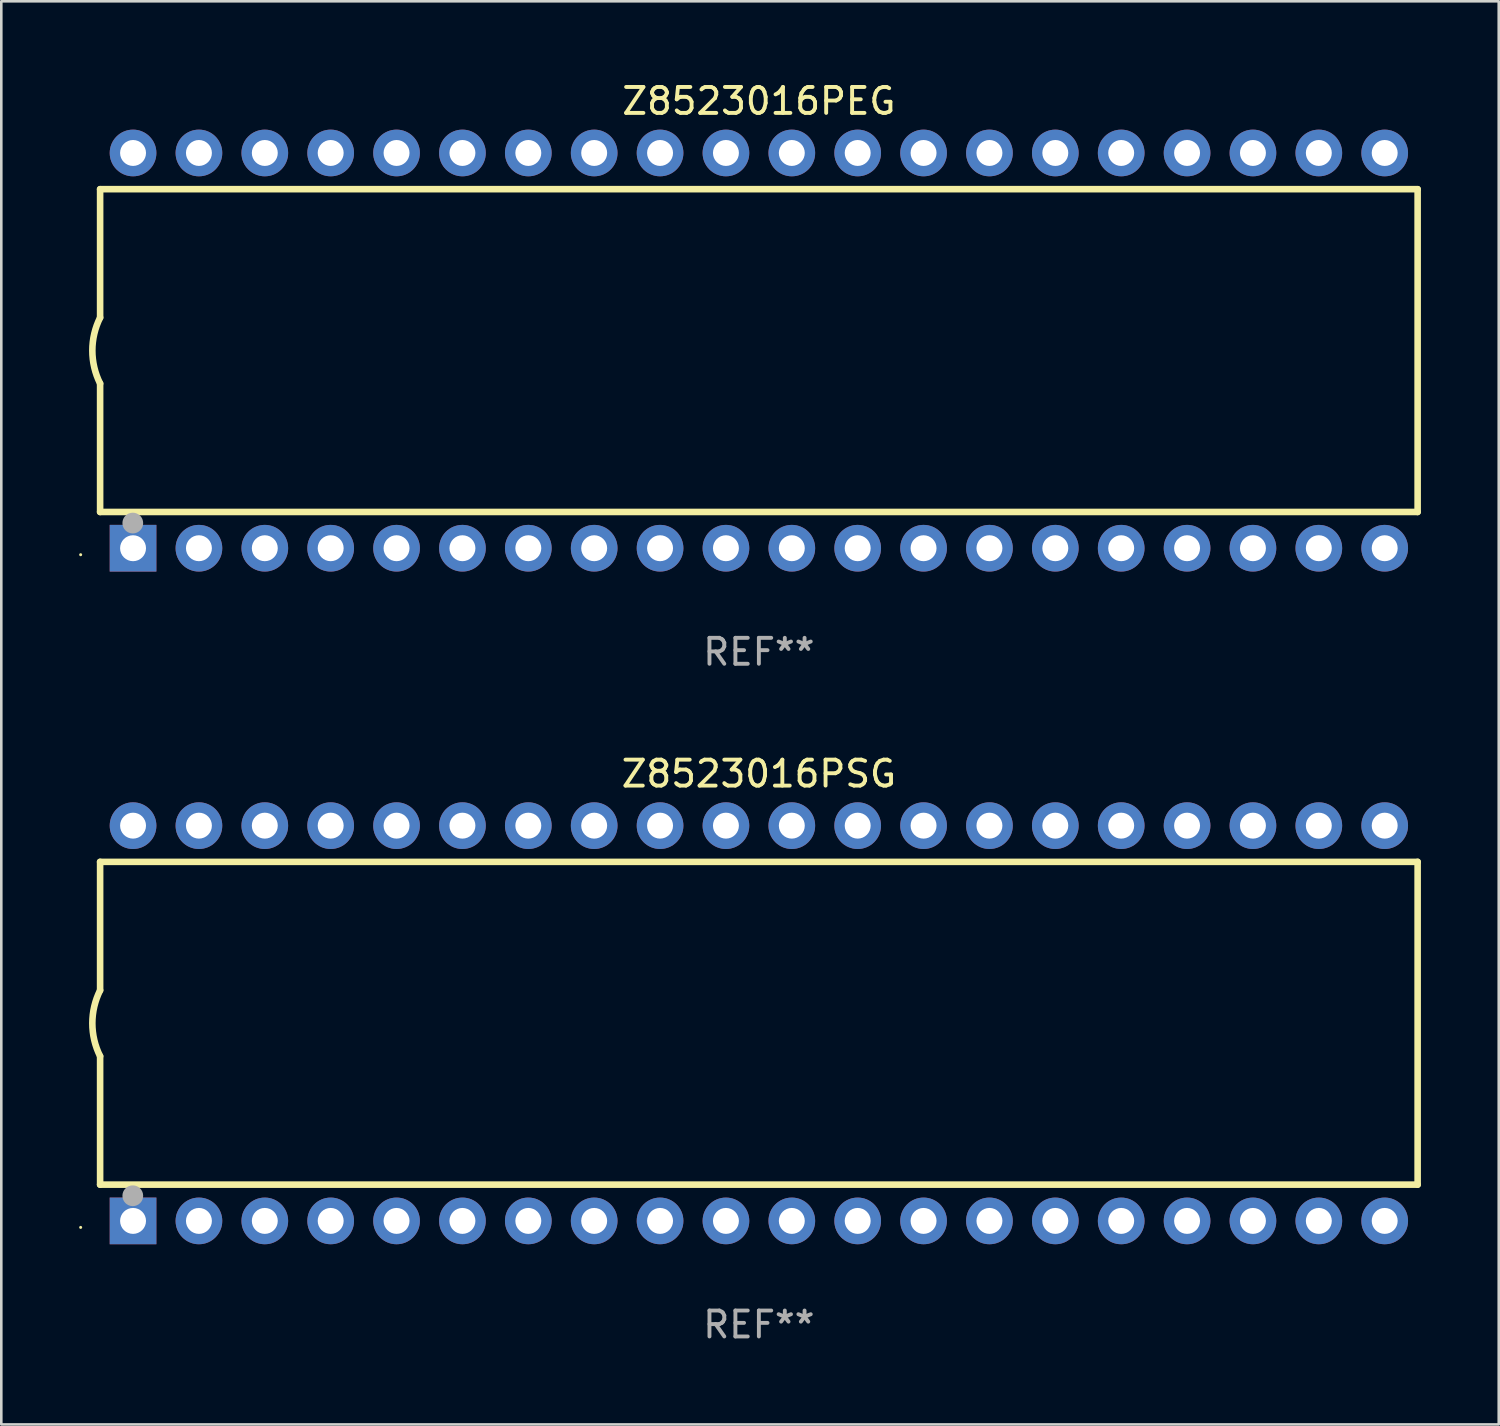
<source format=kicad_pcb>
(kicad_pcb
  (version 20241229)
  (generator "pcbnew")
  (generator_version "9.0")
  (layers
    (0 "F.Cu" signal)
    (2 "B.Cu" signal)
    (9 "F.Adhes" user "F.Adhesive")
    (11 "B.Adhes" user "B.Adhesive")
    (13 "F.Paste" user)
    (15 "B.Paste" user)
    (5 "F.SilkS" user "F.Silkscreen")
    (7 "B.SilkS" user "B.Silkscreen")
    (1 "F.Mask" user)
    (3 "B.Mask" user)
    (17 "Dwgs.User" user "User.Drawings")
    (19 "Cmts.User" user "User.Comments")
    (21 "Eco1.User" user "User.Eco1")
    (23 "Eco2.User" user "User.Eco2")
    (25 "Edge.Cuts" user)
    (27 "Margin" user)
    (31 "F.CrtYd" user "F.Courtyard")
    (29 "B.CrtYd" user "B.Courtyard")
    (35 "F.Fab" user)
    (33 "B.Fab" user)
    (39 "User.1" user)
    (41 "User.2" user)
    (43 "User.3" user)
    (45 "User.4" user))
  (footprint "Z8523016PSG"
    (layer "F.Cu")
    (at 26.21 36.405)
    (property "Reference" "Z8523016PSG" (at 0 -9.62 0) (layer "F.SilkS") (effects (font (size 1 1) (thickness 0.15))))
    (attr through_hole)
    (fp_line (start -25.4 -6.224) (end -25.4 -1.271) (stroke (width 0.254) (type solid)) (layer "F.SilkS"))
    (fp_line (start -25.4 -6.224) (end 25.4 -6.224) (stroke (width 0.254) (type solid)) (layer "F.SilkS"))
    (fp_line (start -25.4 1.269) (end -25.4 6.222) (stroke (width 0.254) (type solid)) (layer "F.SilkS"))
    (fp_line (start -25.4 6.222) (end 25.4 6.222) (stroke (width 0.254) (type solid)) (layer "F.SilkS"))
    (fp_line (start 25.4 6.222) (end 25.4 -6.224) (stroke (width 0.254) (type solid)) (layer "F.SilkS"))
    (fp_arc (start -25.4 1.269241) (mid -25.699807 -0.000762) (end -25.4 -1.270765) (stroke (width 0.254001) (type solid)) (layer "F.SilkS"))
    (fp_circle (center -26.15 7.87) (end -26.12 7.87) (stroke (width 0.06) (type solid)) (fill no) (layer "F.SilkS"))
    (fp_circle (center -24.14 6.65) (end -23.94 6.65) (stroke (width 0.4) (type solid)) (fill no) (layer "F.Fab"))
    (fp_text user "REF**" (at 0 11.62 0) (layer "F.Fab") (effects (font (size 1 1) (thickness 0.15))))
    (pad "1" thru_hole rect (at -24.13 7.62 90) (size 1.8 1.8) (drill 1) (layers "*.Cu" "*.Mask"))
    (pad "2" thru_hole circle (at -21.59 7.62) (size 1.8 1.8) (drill 1) (layers "*.Cu" "*.Mask"))
    (pad "3" thru_hole circle (at -19.05 7.62) (size 1.8 1.8) (drill 1) (layers "*.Cu" "*.Mask"))
    (pad "4" thru_hole circle (at -16.51 7.62) (size 1.8 1.8) (drill 1) (layers "*.Cu" "*.Mask"))
    (pad "5" thru_hole circle (at -13.97 7.62) (size 1.8 1.8) (drill 1) (layers "*.Cu" "*.Mask"))
    (pad "6" thru_hole circle (at -11.43 7.62) (size 1.8 1.8) (drill 1) (layers "*.Cu" "*.Mask"))
    (pad "7" thru_hole circle (at -8.89 7.62) (size 1.8 1.8) (drill 1) (layers "*.Cu" "*.Mask"))
    (pad "8" thru_hole circle (at -6.35 7.62) (size 1.8 1.8) (drill 1) (layers "*.Cu" "*.Mask"))
    (pad "9" thru_hole circle (at -3.81 7.62) (size 1.8 1.8) (drill 1) (layers "*.Cu" "*.Mask"))
    (pad "10" thru_hole circle (at -1.27 7.62) (size 1.8 1.8) (drill 1) (layers "*.Cu" "*.Mask"))
    (pad "11" thru_hole circle (at 1.27 7.62) (size 1.8 1.8) (drill 1) (layers "*.Cu" "*.Mask"))
    (pad "12" thru_hole circle (at 3.81 7.62) (size 1.8 1.8) (drill 1) (layers "*.Cu" "*.Mask"))
    (pad "13" thru_hole circle (at 6.35 7.62) (size 1.8 1.8) (drill 1) (layers "*.Cu" "*.Mask"))
    (pad "14" thru_hole circle (at 8.89 7.62) (size 1.8 1.8) (drill 1) (layers "*.Cu" "*.Mask"))
    (pad "15" thru_hole circle (at 11.43 7.62) (size 1.8 1.8) (drill 1) (layers "*.Cu" "*.Mask"))
    (pad "16" thru_hole circle (at 13.97 7.62) (size 1.8 1.8) (drill 1) (layers "*.Cu" "*.Mask"))
    (pad "17" thru_hole circle (at 16.51 7.62) (size 1.8 1.8) (drill 1) (layers "*.Cu" "*.Mask"))
    (pad "18" thru_hole circle (at 19.05 7.62) (size 1.8 1.8) (drill 1) (layers "*.Cu" "*.Mask"))
    (pad "19" thru_hole circle (at 21.59 7.62) (size 1.8 1.8) (drill 1) (layers "*.Cu" "*.Mask"))
    (pad "20" thru_hole circle (at 24.13 7.62) (size 1.8 1.8) (drill 1) (layers "*.Cu" "*.Mask"))
    (pad "21" thru_hole circle (at 24.13 -7.62) (size 1.8 1.8) (drill 1) (layers "*.Cu" "*.Mask"))
    (pad "22" thru_hole circle (at 21.59 -7.62) (size 1.8 1.8) (drill 1) (layers "*.Cu" "*.Mask"))
    (pad "23" thru_hole circle (at 19.05 -7.62) (size 1.8 1.8) (drill 1) (layers "*.Cu" "*.Mask"))
    (pad "24" thru_hole circle (at 16.51 -7.62) (size 1.8 1.8) (drill 1) (layers "*.Cu" "*.Mask"))
    (pad "25" thru_hole circle (at 13.97 -7.62) (size 1.8 1.8) (drill 1) (layers "*.Cu" "*.Mask"))
    (pad "26" thru_hole circle (at 11.43 -7.62) (size 1.8 1.8) (drill 1) (layers "*.Cu" "*.Mask"))
    (pad "27" thru_hole circle (at 8.89 -7.62) (size 1.8 1.8) (drill 1) (layers "*.Cu" "*.Mask"))
    (pad "28" thru_hole circle (at 6.35 -7.62) (size 1.8 1.8) (drill 1) (layers "*.Cu" "*.Mask"))
    (pad "29" thru_hole circle (at 3.81 -7.62) (size 1.8 1.8) (drill 1) (layers "*.Cu" "*.Mask"))
    (pad "30" thru_hole circle (at 1.27 -7.62) (size 1.8 1.8) (drill 1) (layers "*.Cu" "*.Mask"))
    (pad "31" thru_hole circle (at -1.27 -7.62) (size 1.8 1.8) (drill 1) (layers "*.Cu" "*.Mask"))
    (pad "32" thru_hole circle (at -3.81 -7.62) (size 1.8 1.8) (drill 1) (layers "*.Cu" "*.Mask"))
    (pad "33" thru_hole circle (at -6.35 -7.62) (size 1.8 1.8) (drill 1) (layers "*.Cu" "*.Mask"))
    (pad "34" thru_hole circle (at -8.89 -7.62) (size 1.8 1.8) (drill 1) (layers "*.Cu" "*.Mask"))
    (pad "35" thru_hole circle (at -11.43 -7.62) (size 1.8 1.8) (drill 1) (layers "*.Cu" "*.Mask"))
    (pad "36" thru_hole circle (at -13.97 -7.62) (size 1.8 1.8) (drill 1) (layers "*.Cu" "*.Mask"))
    (pad "37" thru_hole circle (at -16.51 -7.62) (size 1.8 1.8) (drill 1) (layers "*.Cu" "*.Mask"))
    (pad "38" thru_hole circle (at -19.05 -7.62) (size 1.8 1.8) (drill 1) (layers "*.Cu" "*.Mask"))
    (pad "39" thru_hole circle (at -21.59 -7.62) (size 1.8 1.8) (drill 1) (layers "*.Cu" "*.Mask"))
    (pad "40" thru_hole circle (at -24.13 -7.62) (size 1.8 1.8) (drill 1) (layers "*.Cu" "*.Mask")))
  (footprint "Z8523016PEG"
    (layer "F.Cu")
    (at 26.21 10.468)
    (property "Reference" "Z8523016PEG" (at 0 -9.62 0) (layer "F.SilkS") (effects (font (size 1 1) (thickness 0.15))))
    (attr through_hole)
    (fp_line (start -25.4 -6.224) (end -25.4 -1.271) (stroke (width 0.254) (type solid)) (layer "F.SilkS"))
    (fp_line (start -25.4 -6.224) (end 25.4 -6.224) (stroke (width 0.254) (type solid)) (layer "F.SilkS"))
    (fp_line (start -25.4 1.269) (end -25.4 6.222) (stroke (width 0.254) (type solid)) (layer "F.SilkS"))
    (fp_line (start -25.4 6.222) (end 25.4 6.222) (stroke (width 0.254) (type solid)) (layer "F.SilkS"))
    (fp_line (start 25.4 6.222) (end 25.4 -6.224) (stroke (width 0.254) (type solid)) (layer "F.SilkS"))
    (fp_arc (start -25.4 1.269241) (mid -25.699807 -0.000762) (end -25.4 -1.270765) (stroke (width 0.254001) (type solid)) (layer "F.SilkS"))
    (fp_circle (center -26.15 7.87) (end -26.12 7.87) (stroke (width 0.06) (type solid)) (fill no) (layer "F.SilkS"))
    (fp_circle (center -24.14 6.65) (end -23.94 6.65) (stroke (width 0.4) (type solid)) (fill no) (layer "F.Fab"))
    (fp_text user "REF**" (at 0 11.62 0) (layer "F.Fab") (effects (font (size 1 1) (thickness 0.15))))
    (pad "1" thru_hole rect (at -24.13 7.62 90) (size 1.8 1.8) (drill 1) (layers "*.Cu" "*.Mask"))
    (pad "2" thru_hole circle (at -21.59 7.62) (size 1.8 1.8) (drill 1) (layers "*.Cu" "*.Mask"))
    (pad "3" thru_hole circle (at -19.05 7.62) (size 1.8 1.8) (drill 1) (layers "*.Cu" "*.Mask"))
    (pad "4" thru_hole circle (at -16.51 7.62) (size 1.8 1.8) (drill 1) (layers "*.Cu" "*.Mask"))
    (pad "5" thru_hole circle (at -13.97 7.62) (size 1.8 1.8) (drill 1) (layers "*.Cu" "*.Mask"))
    (pad "6" thru_hole circle (at -11.43 7.62) (size 1.8 1.8) (drill 1) (layers "*.Cu" "*.Mask"))
    (pad "7" thru_hole circle (at -8.89 7.62) (size 1.8 1.8) (drill 1) (layers "*.Cu" "*.Mask"))
    (pad "8" thru_hole circle (at -6.35 7.62) (size 1.8 1.8) (drill 1) (layers "*.Cu" "*.Mask"))
    (pad "9" thru_hole circle (at -3.81 7.62) (size 1.8 1.8) (drill 1) (layers "*.Cu" "*.Mask"))
    (pad "10" thru_hole circle (at -1.27 7.62) (size 1.8 1.8) (drill 1) (layers "*.Cu" "*.Mask"))
    (pad "11" thru_hole circle (at 1.27 7.62) (size 1.8 1.8) (drill 1) (layers "*.Cu" "*.Mask"))
    (pad "12" thru_hole circle (at 3.81 7.62) (size 1.8 1.8) (drill 1) (layers "*.Cu" "*.Mask"))
    (pad "13" thru_hole circle (at 6.35 7.62) (size 1.8 1.8) (drill 1) (layers "*.Cu" "*.Mask"))
    (pad "14" thru_hole circle (at 8.89 7.62) (size 1.8 1.8) (drill 1) (layers "*.Cu" "*.Mask"))
    (pad "15" thru_hole circle (at 11.43 7.62) (size 1.8 1.8) (drill 1) (layers "*.Cu" "*.Mask"))
    (pad "16" thru_hole circle (at 13.97 7.62) (size 1.8 1.8) (drill 1) (layers "*.Cu" "*.Mask"))
    (pad "17" thru_hole circle (at 16.51 7.62) (size 1.8 1.8) (drill 1) (layers "*.Cu" "*.Mask"))
    (pad "18" thru_hole circle (at 19.05 7.62) (size 1.8 1.8) (drill 1) (layers "*.Cu" "*.Mask"))
    (pad "19" thru_hole circle (at 21.59 7.62) (size 1.8 1.8) (drill 1) (layers "*.Cu" "*.Mask"))
    (pad "20" thru_hole circle (at 24.13 7.62) (size 1.8 1.8) (drill 1) (layers "*.Cu" "*.Mask"))
    (pad "21" thru_hole circle (at 24.13 -7.62) (size 1.8 1.8) (drill 1) (layers "*.Cu" "*.Mask"))
    (pad "22" thru_hole circle (at 21.59 -7.62) (size 1.8 1.8) (drill 1) (layers "*.Cu" "*.Mask"))
    (pad "23" thru_hole circle (at 19.05 -7.62) (size 1.8 1.8) (drill 1) (layers "*.Cu" "*.Mask"))
    (pad "24" thru_hole circle (at 16.51 -7.62) (size 1.8 1.8) (drill 1) (layers "*.Cu" "*.Mask"))
    (pad "25" thru_hole circle (at 13.97 -7.62) (size 1.8 1.8) (drill 1) (layers "*.Cu" "*.Mask"))
    (pad "26" thru_hole circle (at 11.43 -7.62) (size 1.8 1.8) (drill 1) (layers "*.Cu" "*.Mask"))
    (pad "27" thru_hole circle (at 8.89 -7.62) (size 1.8 1.8) (drill 1) (layers "*.Cu" "*.Mask"))
    (pad "28" thru_hole circle (at 6.35 -7.62) (size 1.8 1.8) (drill 1) (layers "*.Cu" "*.Mask"))
    (pad "29" thru_hole circle (at 3.81 -7.62) (size 1.8 1.8) (drill 1) (layers "*.Cu" "*.Mask"))
    (pad "30" thru_hole circle (at 1.27 -7.62) (size 1.8 1.8) (drill 1) (layers "*.Cu" "*.Mask"))
    (pad "31" thru_hole circle (at -1.27 -7.62) (size 1.8 1.8) (drill 1) (layers "*.Cu" "*.Mask"))
    (pad "32" thru_hole circle (at -3.81 -7.62) (size 1.8 1.8) (drill 1) (layers "*.Cu" "*.Mask"))
    (pad "33" thru_hole circle (at -6.35 -7.62) (size 1.8 1.8) (drill 1) (layers "*.Cu" "*.Mask"))
    (pad "34" thru_hole circle (at -8.89 -7.62) (size 1.8 1.8) (drill 1) (layers "*.Cu" "*.Mask"))
    (pad "35" thru_hole circle (at -11.43 -7.62) (size 1.8 1.8) (drill 1) (layers "*.Cu" "*.Mask"))
    (pad "36" thru_hole circle (at -13.97 -7.62) (size 1.8 1.8) (drill 1) (layers "*.Cu" "*.Mask"))
    (pad "37" thru_hole circle (at -16.51 -7.62) (size 1.8 1.8) (drill 1) (layers "*.Cu" "*.Mask"))
    (pad "38" thru_hole circle (at -19.05 -7.62) (size 1.8 1.8) (drill 1) (layers "*.Cu" "*.Mask"))
    (pad "39" thru_hole circle (at -21.59 -7.62) (size 1.8 1.8) (drill 1) (layers "*.Cu" "*.Mask"))
    (pad "40" thru_hole circle (at -24.13 -7.62) (size 1.8 1.8) (drill 1) (layers "*.Cu" "*.Mask")))
  (gr_rect
    (start -3 -3)
    (end 54.737 51.873)
    (stroke (width 0.1) (type default))
    (fill no)
    (layer "Edge.Cuts")))
</source>
